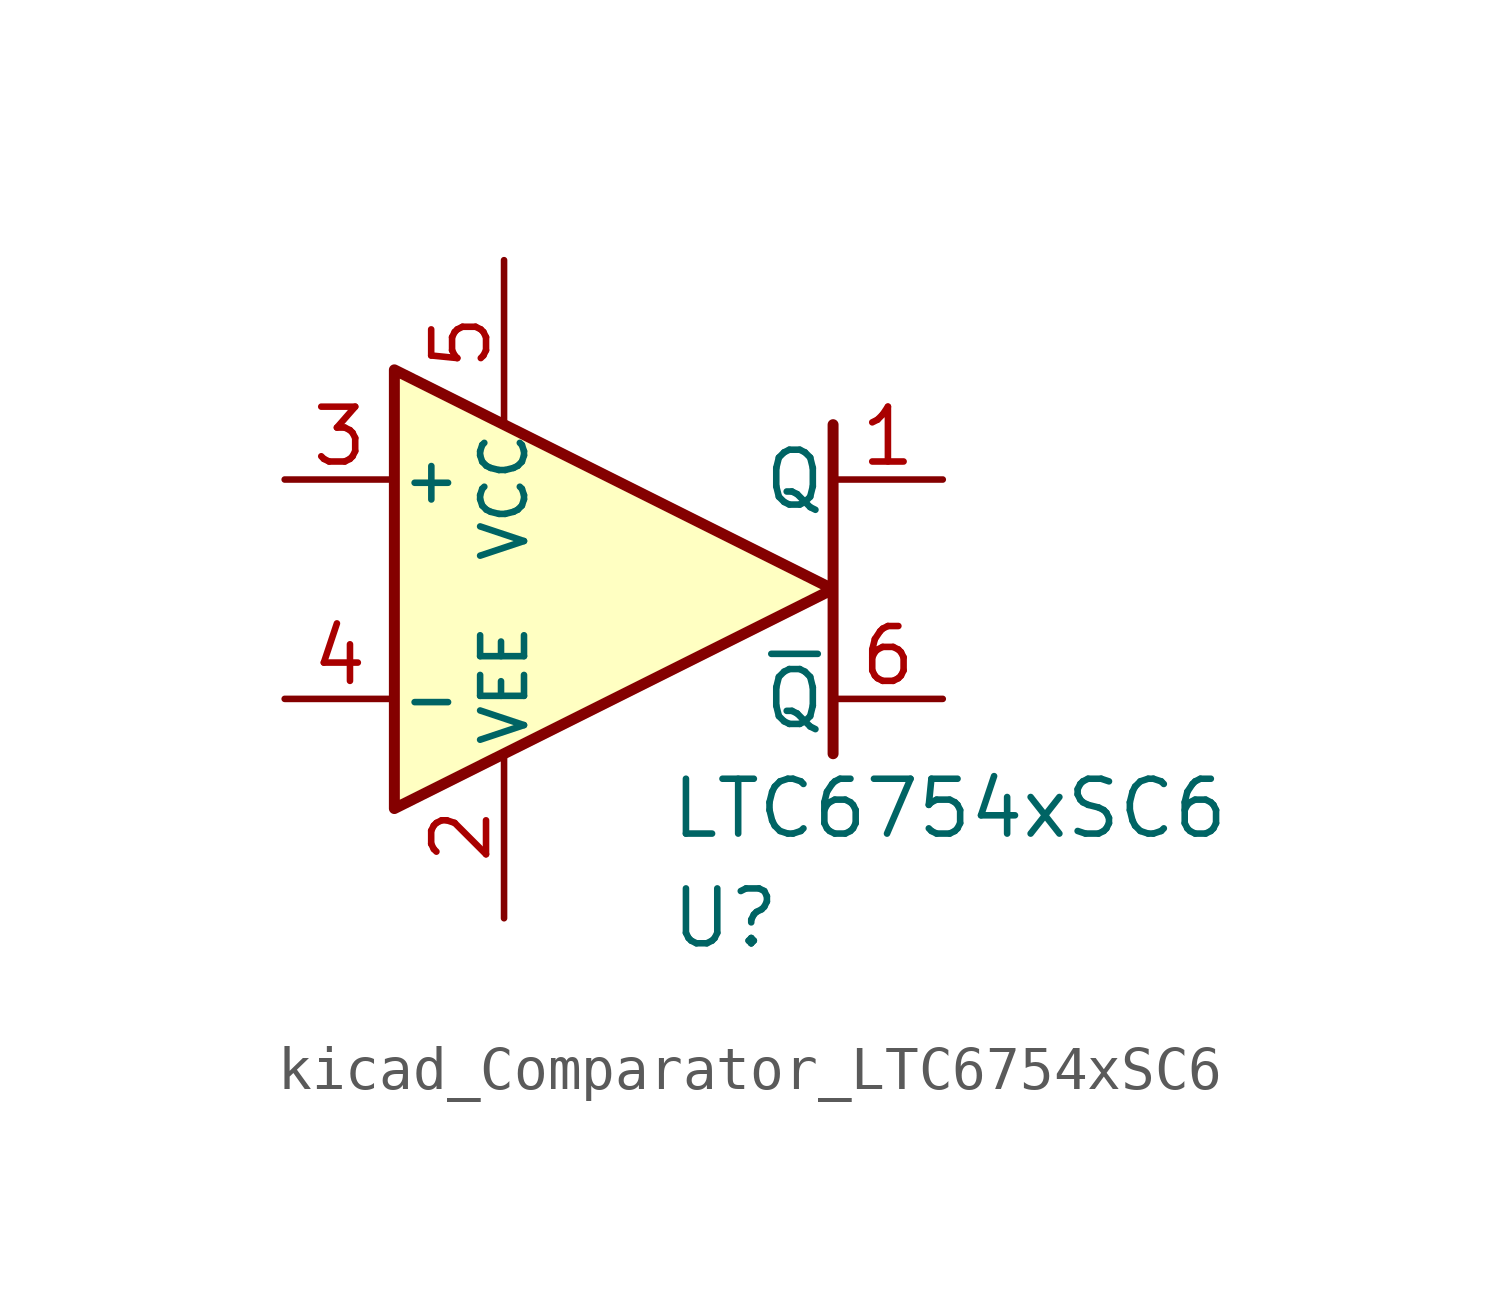
<source format=kicad_sym>
(kicad_symbol_lib
  (version 20220914)
  (generator kicad_symbol_editor)
  (symbol "kicad_Comparator_LTC6754xSC6"
    (pin_names
      (offset 0.127))
    (property "Reference" "U"
      (at 1.27 -7.62 0)
      (effects (font (size 1.27 1.27)) (justify left)))
    (property "Value" "LTC6754xSC6"
      (at 1.27 -5.08 0)
      (effects (font (size 1.27 1.27)) (justify left)))
    (symbol "kicad_Comparator_LTC6754xSC6_0_1"
      (polyline (pts (xy 5.08 3.81) (xy 5.08 0) (xy -5.08 5.08) (xy -5.08 -5.08) (xy 5.08 0) (xy 5.08 -3.81)) (stroke (width 0.254) (type default)) (fill (type background))))
    (symbol "kicad_Comparator_LTC6754xSC6_1_1"
      (pin output line (at 7.62 2.54 180) (length 2.54) (name "Q" (effects (font (size 1.27 1.27)))) (number "1" (effects (font (size 1.27 1.27)))))
      (pin power_in line (at -2.54 -7.62 90) (length 3.81) (name "VEE" (effects (font (size 1.016 1.016)))) (number "2" (effects (font (size 1.27 1.27)))))
      (pin input line (at -7.62 2.54 0) (length 2.54) (name "+" (effects (font (size 1.016 1.016)))) (number "3" (effects (font (size 1.27 1.27)))))
      (pin input line (at -7.62 -2.54 0) (length 2.54) (name "-" (effects (font (size 1.016 1.016)))) (number "4" (effects (font (size 1.27 1.27)))))
      (pin power_in line (at -2.54 7.62 270) (length 3.81) (name "VCC" (effects (font (size 1.016 1.016)))) (number "5" (effects (font (size 1.27 1.27)))))
      (pin output line (at 7.62 -2.54 180) (length 2.54) (name "~{Q}" (effects (font (size 1.27 1.27)))) (number "6" (effects (font (size 1.27 1.27))))))))
</source>
